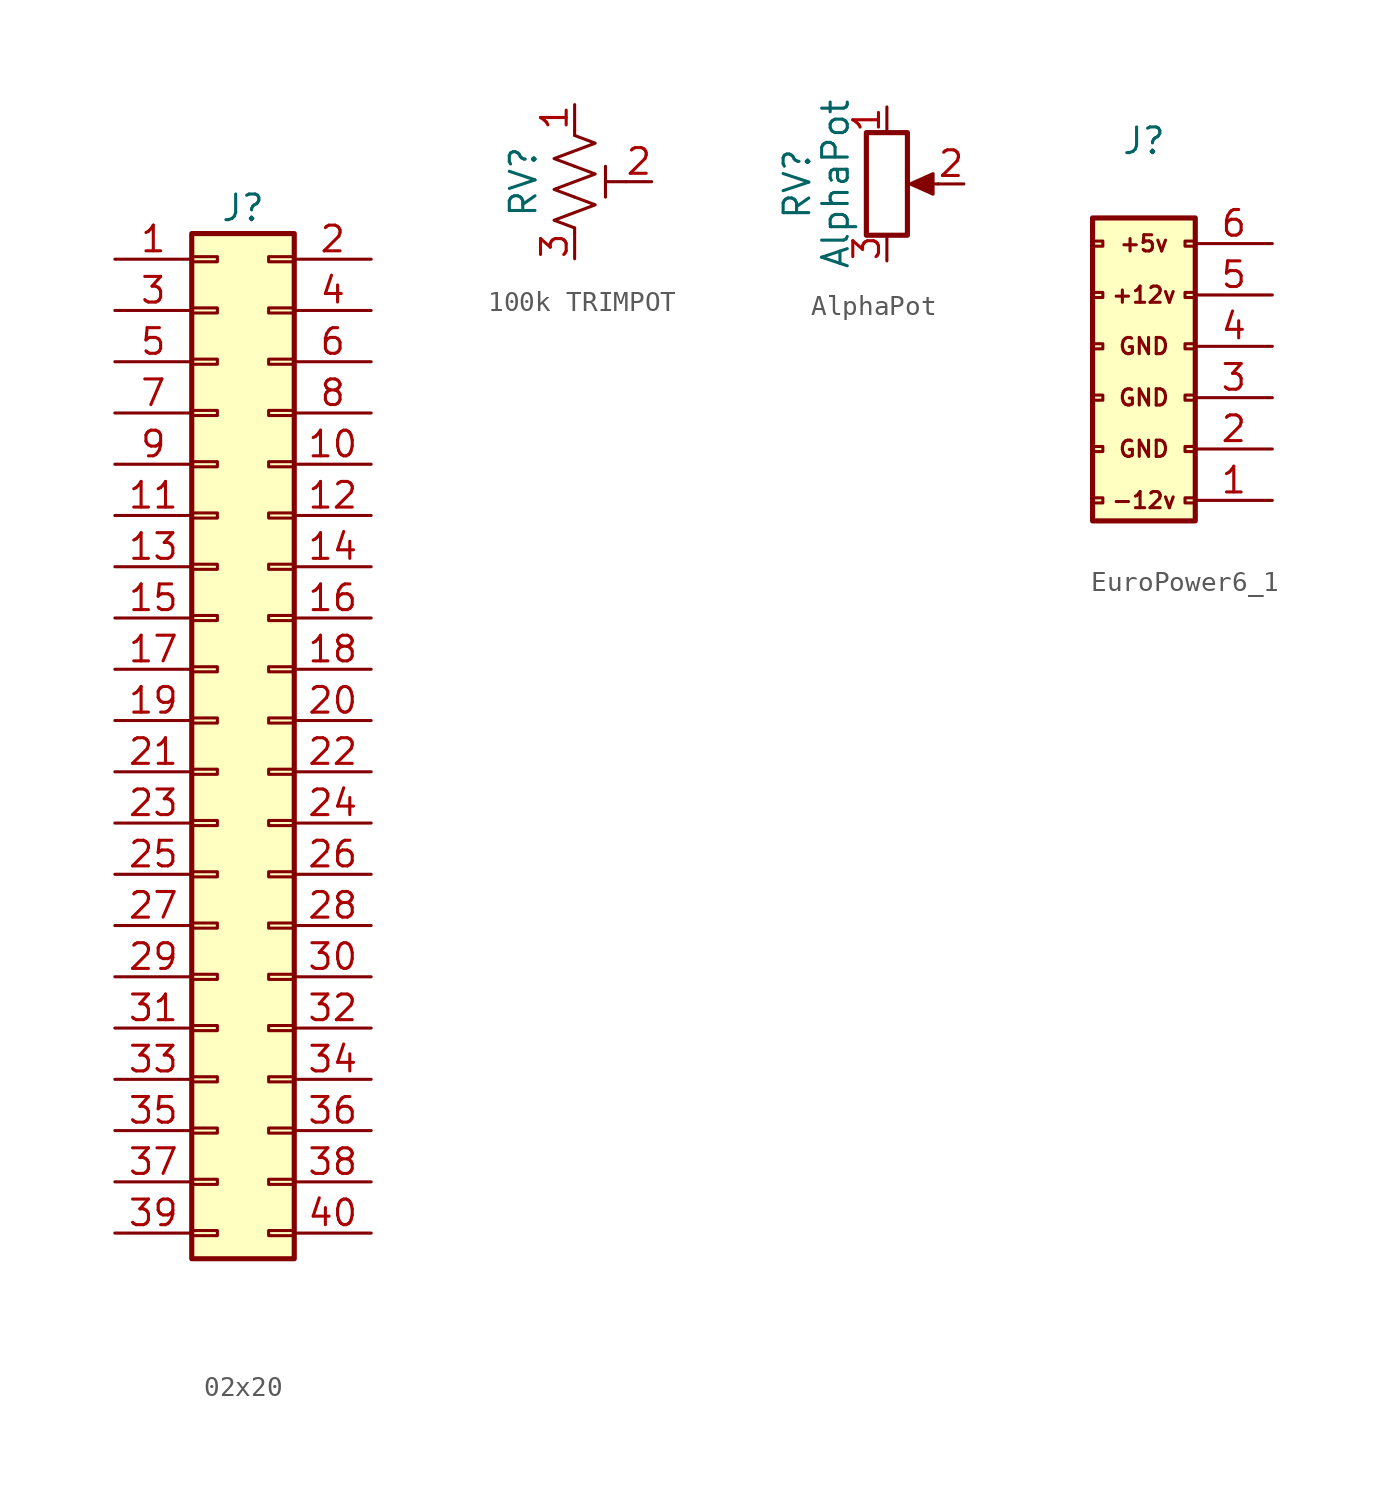
<source format=kicad_sym>
(kicad_symbol_lib
  (version 20220914)
  (generator kicad_symbol_editor)
  (symbol "02x20"
    (pin_names
      (offset 1.016) hide)
    (property "Reference" "J"
      (at 1.27 25.4 0)
      (effects (font (size 1.27 1.27))))
    (symbol "02x20_1_1"
      (rectangle (start -1.27 -25.273) (end 0 -25.527) (stroke (width 0.152) (type default)) (fill (type none)))
      (rectangle (start -1.27 -22.733) (end 0 -22.987) (stroke (width 0.152) (type default)) (fill (type none)))
      (rectangle (start -1.27 -20.193) (end 0 -20.447) (stroke (width 0.152) (type default)) (fill (type none)))
      (rectangle (start -1.27 -17.653) (end 0 -17.907) (stroke (width 0.152) (type default)) (fill (type none)))
      (rectangle (start -1.27 -15.113) (end 0 -15.367) (stroke (width 0.152) (type default)) (fill (type none)))
      (rectangle (start -1.27 -12.573) (end 0 -12.827) (stroke (width 0.152) (type default)) (fill (type none)))
      (rectangle (start -1.27 -10.033) (end 0 -10.287) (stroke (width 0.152) (type default)) (fill (type none)))
      (rectangle (start -1.27 -7.493) (end 0 -7.747) (stroke (width 0.152) (type default)) (fill (type none)))
      (rectangle (start -1.27 -4.953) (end 0 -5.207) (stroke (width 0.152) (type default)) (fill (type none)))
      (rectangle (start -1.27 -2.413) (end 0 -2.667) (stroke (width 0.152) (type default)) (fill (type none)))
      (rectangle (start -1.27 0.127) (end 0 -0.127) (stroke (width 0.152) (type default)) (fill (type none)))
      (rectangle (start -1.27 2.667) (end 0 2.413) (stroke (width 0.152) (type default)) (fill (type none)))
      (rectangle (start -1.27 5.207) (end 0 4.953) (stroke (width 0.152) (type default)) (fill (type none)))
      (rectangle (start -1.27 7.747) (end 0 7.493) (stroke (width 0.152) (type default)) (fill (type none)))
      (rectangle (start -1.27 10.287) (end 0 10.033) (stroke (width 0.152) (type default)) (fill (type none)))
      (rectangle (start -1.27 12.827) (end 0 12.573) (stroke (width 0.152) (type default)) (fill (type none)))
      (rectangle (start -1.27 15.367) (end 0 15.113) (stroke (width 0.152) (type default)) (fill (type none)))
      (rectangle (start -1.27 17.907) (end 0 17.653) (stroke (width 0.152) (type default)) (fill (type none)))
      (rectangle (start -1.27 20.447) (end 0 20.193) (stroke (width 0.152) (type default)) (fill (type none)))
      (rectangle (start -1.27 22.987) (end 0 22.733) (stroke (width 0.152) (type default)) (fill (type none)))
      (rectangle (start -1.27 24.13) (end 3.81 -26.67) (stroke (width 0.254) (type default)) (fill (type background)))
      (rectangle (start 3.81 -25.273) (end 2.54 -25.527) (stroke (width 0.152) (type default)) (fill (type none)))
      (rectangle (start 3.81 -22.733) (end 2.54 -22.987) (stroke (width 0.152) (type default)) (fill (type none)))
      (rectangle (start 3.81 -20.193) (end 2.54 -20.447) (stroke (width 0.152) (type default)) (fill (type none)))
      (rectangle (start 3.81 -17.653) (end 2.54 -17.907) (stroke (width 0.152) (type default)) (fill (type none)))
      (rectangle (start 3.81 -15.113) (end 2.54 -15.367) (stroke (width 0.152) (type default)) (fill (type none)))
      (rectangle (start 3.81 -12.573) (end 2.54 -12.827) (stroke (width 0.152) (type default)) (fill (type none)))
      (rectangle (start 3.81 -10.033) (end 2.54 -10.287) (stroke (width 0.152) (type default)) (fill (type none)))
      (rectangle (start 3.81 -7.493) (end 2.54 -7.747) (stroke (width 0.152) (type default)) (fill (type none)))
      (rectangle (start 3.81 -4.953) (end 2.54 -5.207) (stroke (width 0.152) (type default)) (fill (type none)))
      (rectangle (start 3.81 -2.413) (end 2.54 -2.667) (stroke (width 0.152) (type default)) (fill (type none)))
      (rectangle (start 3.81 0.127) (end 2.54 -0.127) (stroke (width 0.152) (type default)) (fill (type none)))
      (rectangle (start 3.81 2.667) (end 2.54 2.413) (stroke (width 0.152) (type default)) (fill (type none)))
      (rectangle (start 3.81 5.207) (end 2.54 4.953) (stroke (width 0.152) (type default)) (fill (type none)))
      (rectangle (start 3.81 7.747) (end 2.54 7.493) (stroke (width 0.152) (type default)) (fill (type none)))
      (rectangle (start 3.81 10.287) (end 2.54 10.033) (stroke (width 0.152) (type default)) (fill (type none)))
      (rectangle (start 3.81 12.827) (end 2.54 12.573) (stroke (width 0.152) (type default)) (fill (type none)))
      (rectangle (start 3.81 15.367) (end 2.54 15.113) (stroke (width 0.152) (type default)) (fill (type none)))
      (rectangle (start 3.81 17.907) (end 2.54 17.653) (stroke (width 0.152) (type default)) (fill (type none)))
      (rectangle (start 3.81 20.447) (end 2.54 20.193) (stroke (width 0.152) (type default)) (fill (type none)))
      (rectangle (start 3.81 22.987) (end 2.54 22.733) (stroke (width 0.152) (type default)) (fill (type none)))
      (pin passive line (at -5.08 22.86 0) (length 3.81) (name "Pin_1" (effects (font (size 1.27 1.27)))) (number "1" (effects (font (size 1.27 1.27)))))
      (pin passive line (at 7.62 12.7 180) (length 3.81) (name "Pin_10" (effects (font (size 1.27 1.27)))) (number "10" (effects (font (size 1.27 1.27)))))
      (pin passive line (at -5.08 10.16 0) (length 3.81) (name "Pin_11" (effects (font (size 1.27 1.27)))) (number "11" (effects (font (size 1.27 1.27)))))
      (pin passive line (at 7.62 10.16 180) (length 3.81) (name "Pin_12" (effects (font (size 1.27 1.27)))) (number "12" (effects (font (size 1.27 1.27)))))
      (pin passive line (at -5.08 7.62 0) (length 3.81) (name "Pin_13" (effects (font (size 1.27 1.27)))) (number "13" (effects (font (size 1.27 1.27)))))
      (pin passive line (at 7.62 7.62 180) (length 3.81) (name "Pin_14" (effects (font (size 1.27 1.27)))) (number "14" (effects (font (size 1.27 1.27)))))
      (pin passive line (at -5.08 5.08 0) (length 3.81) (name "Pin_15" (effects (font (size 1.27 1.27)))) (number "15" (effects (font (size 1.27 1.27)))))
      (pin passive line (at 7.62 5.08 180) (length 3.81) (name "Pin_16" (effects (font (size 1.27 1.27)))) (number "16" (effects (font (size 1.27 1.27)))))
      (pin passive line (at -5.08 2.54 0) (length 3.81) (name "Pin_17" (effects (font (size 1.27 1.27)))) (number "17" (effects (font (size 1.27 1.27)))))
      (pin passive line (at 7.62 2.54 180) (length 3.81) (name "Pin_18" (effects (font (size 1.27 1.27)))) (number "18" (effects (font (size 1.27 1.27)))))
      (pin passive line (at -5.08 0 0) (length 3.81) (name "Pin_19" (effects (font (size 1.27 1.27)))) (number "19" (effects (font (size 1.27 1.27)))))
      (pin passive line (at 7.62 22.86 180) (length 3.81) (name "Pin_2" (effects (font (size 1.27 1.27)))) (number "2" (effects (font (size 1.27 1.27)))))
      (pin passive line (at 7.62 0 180) (length 3.81) (name "Pin_20" (effects (font (size 1.27 1.27)))) (number "20" (effects (font (size 1.27 1.27)))))
      (pin passive line (at -5.08 -2.54 0) (length 3.81) (name "Pin_21" (effects (font (size 1.27 1.27)))) (number "21" (effects (font (size 1.27 1.27)))))
      (pin passive line (at 7.62 -2.54 180) (length 3.81) (name "Pin_22" (effects (font (size 1.27 1.27)))) (number "22" (effects (font (size 1.27 1.27)))))
      (pin passive line (at -5.08 -5.08 0) (length 3.81) (name "Pin_23" (effects (font (size 1.27 1.27)))) (number "23" (effects (font (size 1.27 1.27)))))
      (pin passive line (at 7.62 -5.08 180) (length 3.81) (name "Pin_24" (effects (font (size 1.27 1.27)))) (number "24" (effects (font (size 1.27 1.27)))))
      (pin passive line (at -5.08 -7.62 0) (length 3.81) (name "Pin_25" (effects (font (size 1.27 1.27)))) (number "25" (effects (font (size 1.27 1.27)))))
      (pin passive line (at 7.62 -7.62 180) (length 3.81) (name "Pin_26" (effects (font (size 1.27 1.27)))) (number "26" (effects (font (size 1.27 1.27)))))
      (pin passive line (at -5.08 -10.16 0) (length 3.81) (name "Pin_27" (effects (font (size 1.27 1.27)))) (number "27" (effects (font (size 1.27 1.27)))))
      (pin passive line (at 7.62 -10.16 180) (length 3.81) (name "Pin_28" (effects (font (size 1.27 1.27)))) (number "28" (effects (font (size 1.27 1.27)))))
      (pin passive line (at -5.08 -12.7 0) (length 3.81) (name "Pin_29" (effects (font (size 1.27 1.27)))) (number "29" (effects (font (size 1.27 1.27)))))
      (pin passive line (at -5.08 20.32 0) (length 3.81) (name "Pin_3" (effects (font (size 1.27 1.27)))) (number "3" (effects (font (size 1.27 1.27)))))
      (pin passive line (at 7.62 -12.7 180) (length 3.81) (name "Pin_30" (effects (font (size 1.27 1.27)))) (number "30" (effects (font (size 1.27 1.27)))))
      (pin passive line (at -5.08 -15.24 0) (length 3.81) (name "Pin_31" (effects (font (size 1.27 1.27)))) (number "31" (effects (font (size 1.27 1.27)))))
      (pin passive line (at 7.62 -15.24 180) (length 3.81) (name "Pin_32" (effects (font (size 1.27 1.27)))) (number "32" (effects (font (size 1.27 1.27)))))
      (pin passive line (at -5.08 -17.78 0) (length 3.81) (name "Pin_33" (effects (font (size 1.27 1.27)))) (number "33" (effects (font (size 1.27 1.27)))))
      (pin passive line (at 7.62 -17.78 180) (length 3.81) (name "Pin_34" (effects (font (size 1.27 1.27)))) (number "34" (effects (font (size 1.27 1.27)))))
      (pin passive line (at -5.08 -20.32 0) (length 3.81) (name "Pin_35" (effects (font (size 1.27 1.27)))) (number "35" (effects (font (size 1.27 1.27)))))
      (pin passive line (at 7.62 -20.32 180) (length 3.81) (name "Pin_36" (effects (font (size 1.27 1.27)))) (number "36" (effects (font (size 1.27 1.27)))))
      (pin passive line (at -5.08 -22.86 0) (length 3.81) (name "Pin_37" (effects (font (size 1.27 1.27)))) (number "37" (effects (font (size 1.27 1.27)))))
      (pin passive line (at 7.62 -22.86 180) (length 3.81) (name "Pin_38" (effects (font (size 1.27 1.27)))) (number "38" (effects (font (size 1.27 1.27)))))
      (pin passive line (at -5.08 -25.4 0) (length 3.81) (name "Pin_39" (effects (font (size 1.27 1.27)))) (number "39" (effects (font (size 1.27 1.27)))))
      (pin passive line (at 7.62 20.32 180) (length 3.81) (name "Pin_4" (effects (font (size 1.27 1.27)))) (number "4" (effects (font (size 1.27 1.27)))))
      (pin passive line (at 7.62 -25.4 180) (length 3.81) (name "Pin_40" (effects (font (size 1.27 1.27)))) (number "40" (effects (font (size 1.27 1.27)))))
      (pin passive line (at -5.08 17.78 0) (length 3.81) (name "Pin_5" (effects (font (size 1.27 1.27)))) (number "5" (effects (font (size 1.27 1.27)))))
      (pin passive line (at 7.62 17.78 180) (length 3.81) (name "Pin_6" (effects (font (size 1.27 1.27)))) (number "6" (effects (font (size 1.27 1.27)))))
      (pin passive line (at -5.08 15.24 0) (length 3.81) (name "Pin_7" (effects (font (size 1.27 1.27)))) (number "7" (effects (font (size 1.27 1.27)))))
      (pin passive line (at 7.62 15.24 180) (length 3.81) (name "Pin_8" (effects (font (size 1.27 1.27)))) (number "8" (effects (font (size 1.27 1.27)))))
      (pin passive line (at -5.08 12.7 0) (length 3.81) (name "Pin_9" (effects (font (size 1.27 1.27)))) (number "9" (effects (font (size 1.27 1.27)))))))
  (symbol "100k TRIMPOT"
    (pin_names
      (offset 1.016) hide)
    (property "Reference" "RV"
      (at -2.54 0 90)
      (effects (font (size 1.27 1.27))))
    (symbol "100k TRIMPOT_0_1"
      (polyline (pts (xy 0 -2.286) (xy 0 -2.54)) (stroke (width 0) (type default)) (fill (type none)))
      (polyline (pts (xy 0 2.286) (xy 0 2.54)) (stroke (width 0) (type default)) (fill (type none)))
      (polyline (pts (xy 1.524 0.762) (xy 1.524 -0.762)) (stroke (width 0) (type default)) (fill (type none)))
      (polyline (pts (xy 2.54 0) (xy 1.524 0)) (stroke (width 0) (type default)) (fill (type none)))
      (polyline (pts (xy 0 -0.762) (xy 1.016 -1.143) (xy 0 -1.524) (xy -1.016 -1.905) (xy 0 -2.286)) (stroke (width 0) (type default)) (fill (type none)))
      (polyline (pts (xy 0 0.762) (xy 1.016 0.381) (xy 0 0) (xy -1.016 -0.381) (xy 0 -0.762)) (stroke (width 0) (type default)) (fill (type none)))
      (polyline (pts (xy 0 2.286) (xy 1.016 1.905) (xy 0 1.524) (xy -1.016 1.143) (xy 0 0.762)) (stroke (width 0) (type default)) (fill (type none))))
    (symbol "100k TRIMPOT_1_1"
      (pin passive line (at 0 3.81 270) (length 1.27) (name "1" (effects (font (size 1.27 1.27)))) (number "1" (effects (font (size 1.27 1.27)))))
      (pin passive line (at 3.81 0 180) (length 1.27) (name "2" (effects (font (size 1.27 1.27)))) (number "2" (effects (font (size 1.27 1.27)))))
      (pin passive line (at 0 -3.81 90) (length 1.27) (name "3" (effects (font (size 1.27 1.27)))) (number "3" (effects (font (size 1.27 1.27)))))))
  (symbol "AlphaPot"
    (pin_names
      (offset 1.016) hide)
    (property "Reference" "RV"
      (at -4.445 0 90)
      (effects (font (size 1.27 1.27))))
    (property "Value" "AlphaPot"
      (at -2.54 0 90)
      (effects (font (size 1.27 1.27))))
    (symbol "AlphaPot_0_1"
      (polyline (pts (xy 2.54 0) (xy 1.524 0)) (stroke (width 0) (type default)) (fill (type none)))
      (polyline (pts (xy 1.143 0) (xy 2.286 0.508) (xy 2.286 -0.508) (xy 1.143 0)) (stroke (width 0) (type default)) (fill (type outline)))
      (rectangle (start 1.016 2.54) (end -1.016 -2.54) (stroke (width 0.254) (type default)) (fill (type none))))
    (symbol "AlphaPot_1_1"
      (pin passive line (at 0 3.81 270) (length 1.27) (name "1" (effects (font (size 1.27 1.27)))) (number "1" (effects (font (size 1.27 1.27)))))
      (pin passive line (at 3.81 0 180) (length 1.27) (name "2" (effects (font (size 1.27 1.27)))) (number "2" (effects (font (size 1.27 1.27)))))
      (pin passive line (at 0 -3.81 90) (length 1.27) (name "3" (effects (font (size 1.27 1.27)))) (number "3" (effects (font (size 1.27 1.27)))))))
  (symbol "EuroPower6_1"
    (pin_names
      (offset 1.016) hide)
    (property "Reference" "J"
      (at 1.27 7.62 0)
      (effects (font (size 1.27 1.27))))
    (symbol "EuroPower6_1_0_0"
      (text "+12v" (at 1.27 0 0) (effects (font (size 0.8 0.8))))
      (text "+5v" (at 1.27 2.54 0) (effects (font (size 0.8 0.8))))
      (text "-12v" (at 1.27 -10.16 0) (effects (font (size 0.8 0.8))))
      (text "GND" (at 1.27 -7.62 0) (effects (font (size 0.8 0.8))))
      (text "GND" (at 1.27 -5.08 0) (effects (font (size 0.8 0.8))))
      (text "GND" (at 1.27 -2.54 0) (effects (font (size 0.8 0.8)))))
    (symbol "EuroPower6_1_1_1"
      (rectangle (start -1.27 -10.033) (end -0.762 -10.287) (stroke (width 0.152) (type default)) (fill (type none)))
      (rectangle (start -1.27 -7.493) (end -0.762 -7.747) (stroke (width 0.152) (type default)) (fill (type none)))
      (rectangle (start -1.27 -4.953) (end -0.762 -5.207) (stroke (width 0.152) (type default)) (fill (type none)))
      (rectangle (start -1.27 -2.413) (end -0.762 -2.667) (stroke (width 0.152) (type default)) (fill (type none)))
      (rectangle (start -1.27 0.127) (end -0.762 -0.127) (stroke (width 0.152) (type default)) (fill (type none)))
      (rectangle (start -1.27 2.667) (end -0.762 2.413) (stroke (width 0.152) (type default)) (fill (type none)))
      (rectangle (start -1.27 3.81) (end 3.81 -11.176) (stroke (width 0.254) (type default)) (fill (type background)))
      (rectangle (start 3.302 -10.033) (end 3.81 -10.287) (stroke (width 0.152) (type default)) (fill (type none)))
      (rectangle (start 3.302 -7.493) (end 3.81 -7.747) (stroke (width 0.152) (type default)) (fill (type none)))
      (rectangle (start 3.302 -4.953) (end 3.81 -5.207) (stroke (width 0.152) (type default)) (fill (type none)))
      (rectangle (start 3.302 -2.413) (end 3.81 -2.667) (stroke (width 0.152) (type default)) (fill (type none)))
      (rectangle (start 3.302 0.127) (end 3.81 -0.127) (stroke (width 0.152) (type default)) (fill (type none)))
      (rectangle (start 3.302 2.667) (end 3.81 2.413) (stroke (width 0.152) (type default)) (fill (type none)))
      (pin power_out line (at 7.62 -10.16 180) (length 3.81) (name "-12v_R" (effects (font (size 1.27 1.27)))) (number "1" (effects (font (size 1.27 1.27)))))
      (pin power_out line (at 7.62 -7.62 180) (length 3.81) (name "-12v_L" (effects (font (size 1.27 1.27)))) (number "2" (effects (font (size 1.27 1.27)))))
      (pin power_out line (at 7.62 -5.08 180) (length 3.81) (name "GND" (effects (font (size 1.27 1.27)))) (number "3" (effects (font (size 1.27 1.27)))))
      (pin power_out line (at 7.62 -2.54 180) (length 3.81) (name "GND" (effects (font (size 1.27 1.27)))) (number "4" (effects (font (size 1.27 1.27)))))
      (pin power_out line (at 7.62 0 180) (length 3.81) (name "GND_R3" (effects (font (size 1.27 1.27)))) (number "5" (effects (font (size 1.27 1.27)))))
      (pin power_out line (at 7.62 2.54 180) (length 3.81) (name "GND_L3" (effects (font (size 1.27 1.27)))) (number "6" (effects (font (size 1.27 1.27))))))))
</source>
